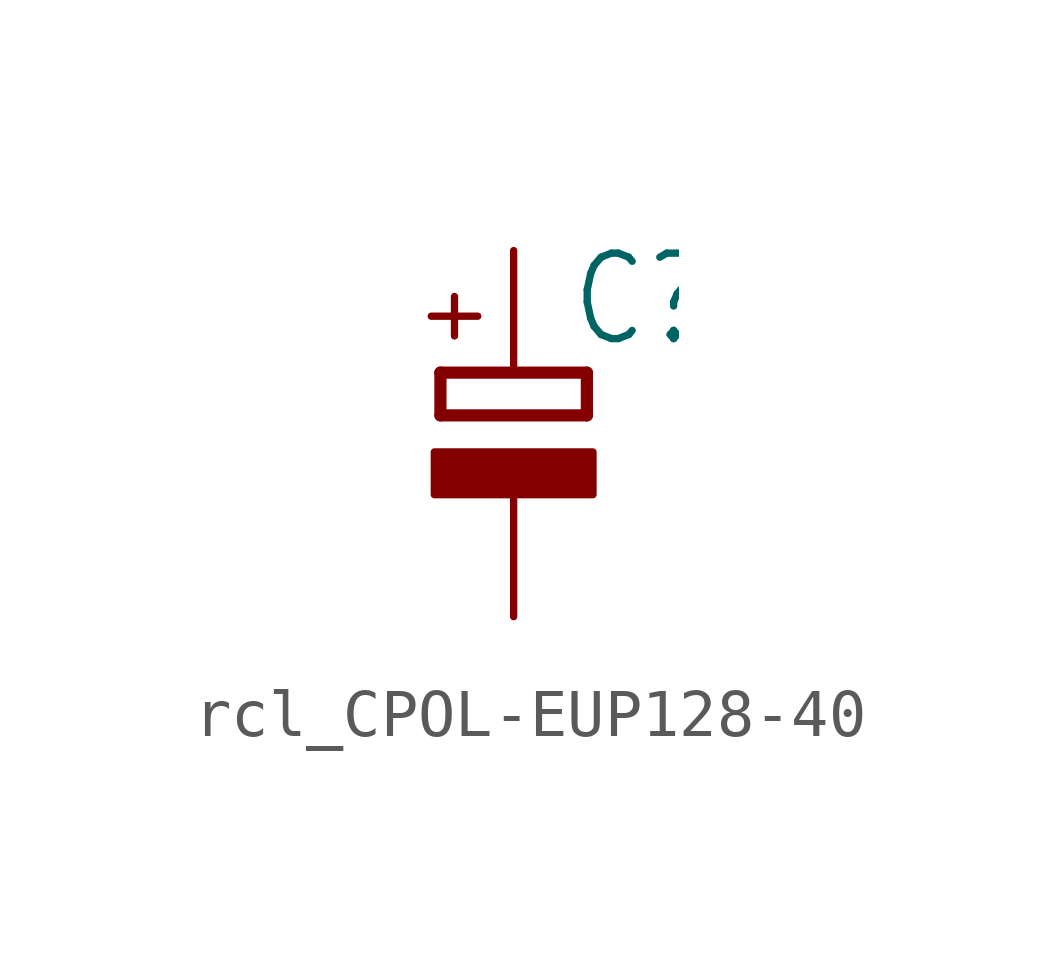
<source format=kicad_sym>
(kicad_symbol_lib
  (version 20241209)
  (generator "kicad_symbol_editor")
  (generator_version "9.0")
  (symbol "rcl_CPOL-EUP128-40"
    (property "Reference" "C"
      (at 1.143 0.483 0)
      (effects (font (size 1.778 1.511)) (justify left bottom)))
    (property "Value" ""
      (at 1.143 -4.597 0)
      (effects (font (size 1.778 1.511)) (justify left bottom)))
    (property "ki_locked" ""
      (at 0 0 0)
      (effects (font (size 1.27 1.27))))
    (symbol "rcl_CPOL-EUP128-40_1_0"
      (rectangle (start -1.651 -2.54) (end 1.651 -1.651) (stroke (width 0) (type default)) (fill (type outline)))
      (polyline (pts (xy -1.524 0) (xy -1.524 -0.889)) (stroke (width 0.254) (type solid)) (fill (type none)))
      (polyline (pts (xy -1.524 0) (xy 1.524 0)) (stroke (width 0.254) (type solid)) (fill (type none)))
      (polyline (pts (xy -1.524 -0.889) (xy 1.524 -0.889)) (stroke (width 0.254) (type solid)) (fill (type none)))
      (polyline (pts (xy 1.524 -0.889) (xy 1.524 0)) (stroke (width 0.254) (type solid)) (fill (type none)))
      (text "+" (at -0.584 0.406 900) (effects (font (size 1.27 1.079)) (justify left bottom)))
      (pin passive line (at 0 2.54 270) (length 2.54) (name "+" (effects (font (size 0 0)))) (number "+" (effects (font (size 0 0)))))
      (pin passive line (at 0 -5.08 90) (length 2.54) (name "-" (effects (font (size 0 0)))) (number "-" (effects (font (size 0 0))))))))
</source>
